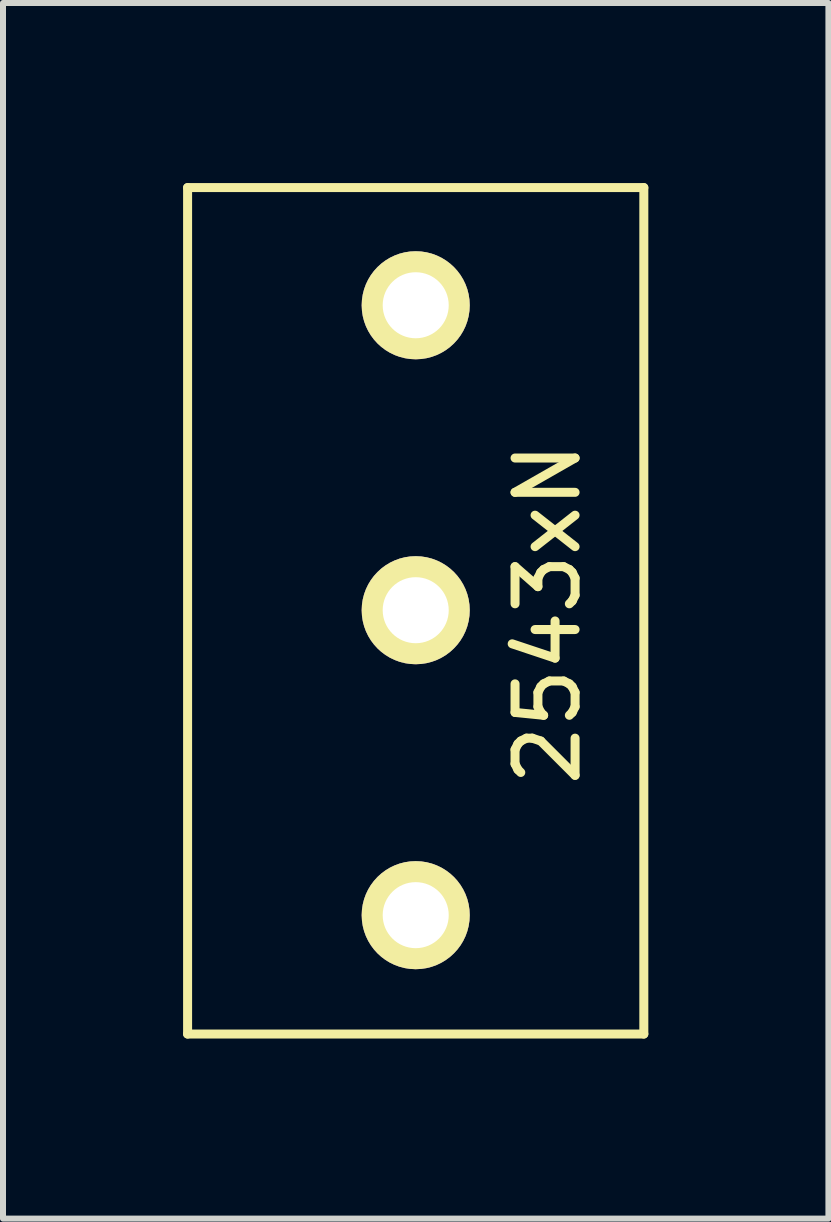
<source format=kicad_pcb>
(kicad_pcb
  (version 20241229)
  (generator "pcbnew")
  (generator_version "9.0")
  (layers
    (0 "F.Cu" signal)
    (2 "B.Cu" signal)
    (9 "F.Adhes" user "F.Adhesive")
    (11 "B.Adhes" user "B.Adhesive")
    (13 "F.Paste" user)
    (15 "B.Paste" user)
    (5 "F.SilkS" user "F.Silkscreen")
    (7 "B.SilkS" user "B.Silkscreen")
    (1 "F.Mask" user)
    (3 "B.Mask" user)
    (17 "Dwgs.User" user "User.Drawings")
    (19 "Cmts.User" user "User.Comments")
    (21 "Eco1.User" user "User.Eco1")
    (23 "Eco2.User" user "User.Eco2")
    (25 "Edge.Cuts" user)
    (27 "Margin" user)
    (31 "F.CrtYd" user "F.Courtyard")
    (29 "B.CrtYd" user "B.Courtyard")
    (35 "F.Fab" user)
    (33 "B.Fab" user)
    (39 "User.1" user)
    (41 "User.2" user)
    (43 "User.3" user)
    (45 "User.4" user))
  (footprint "2543xN"
    (layer "F.Cu")
    (at 3.875 7.175)
    (property "Reference" "2543xN" (at 2.2 0 90) (layer "F.SilkS") (effects (font (size 1 1) (thickness 0.15))))
    (attr through_hole)
    (fp_line (start -3.8 -7.1) (end 3.8 -7.1) (stroke (width 0.15) (type solid)) (layer "F.SilkS"))
    (fp_line (start -3.8 7) (end -3.8 -7.1) (stroke (width 0.15) (type solid)) (layer "F.SilkS"))
    (fp_line (start 3.8 -7.1) (end 3.8 7) (stroke (width 0.15) (type solid)) (layer "F.SilkS"))
    (fp_line (start 3.8 7) (end -3.8 7) (stroke (width 0.15) (type solid)) (layer "F.SilkS"))
    (pad "1" thru_hole circle (at 0 5.02) (size 1.8 1.8) (drill 1.1) (layers "*.Cu" "*.Mask" "F.SilkS"))
    (pad "2" thru_hole circle (at 0 -0.06) (size 1.8 1.8) (drill 1.1) (layers "*.Cu" "*.Mask" "F.SilkS"))
    (pad "3" thru_hole circle (at 0 -5.14) (size 1.8 1.8) (drill 1.1) (layers "*.Cu" "*.Mask" "F.SilkS")))
  (gr_rect
    (start -3 -3)
    (end 10.75 17.25)
    (stroke (width 0.1) (type default))
    (fill no)
    (layer "Edge.Cuts")))
</source>
